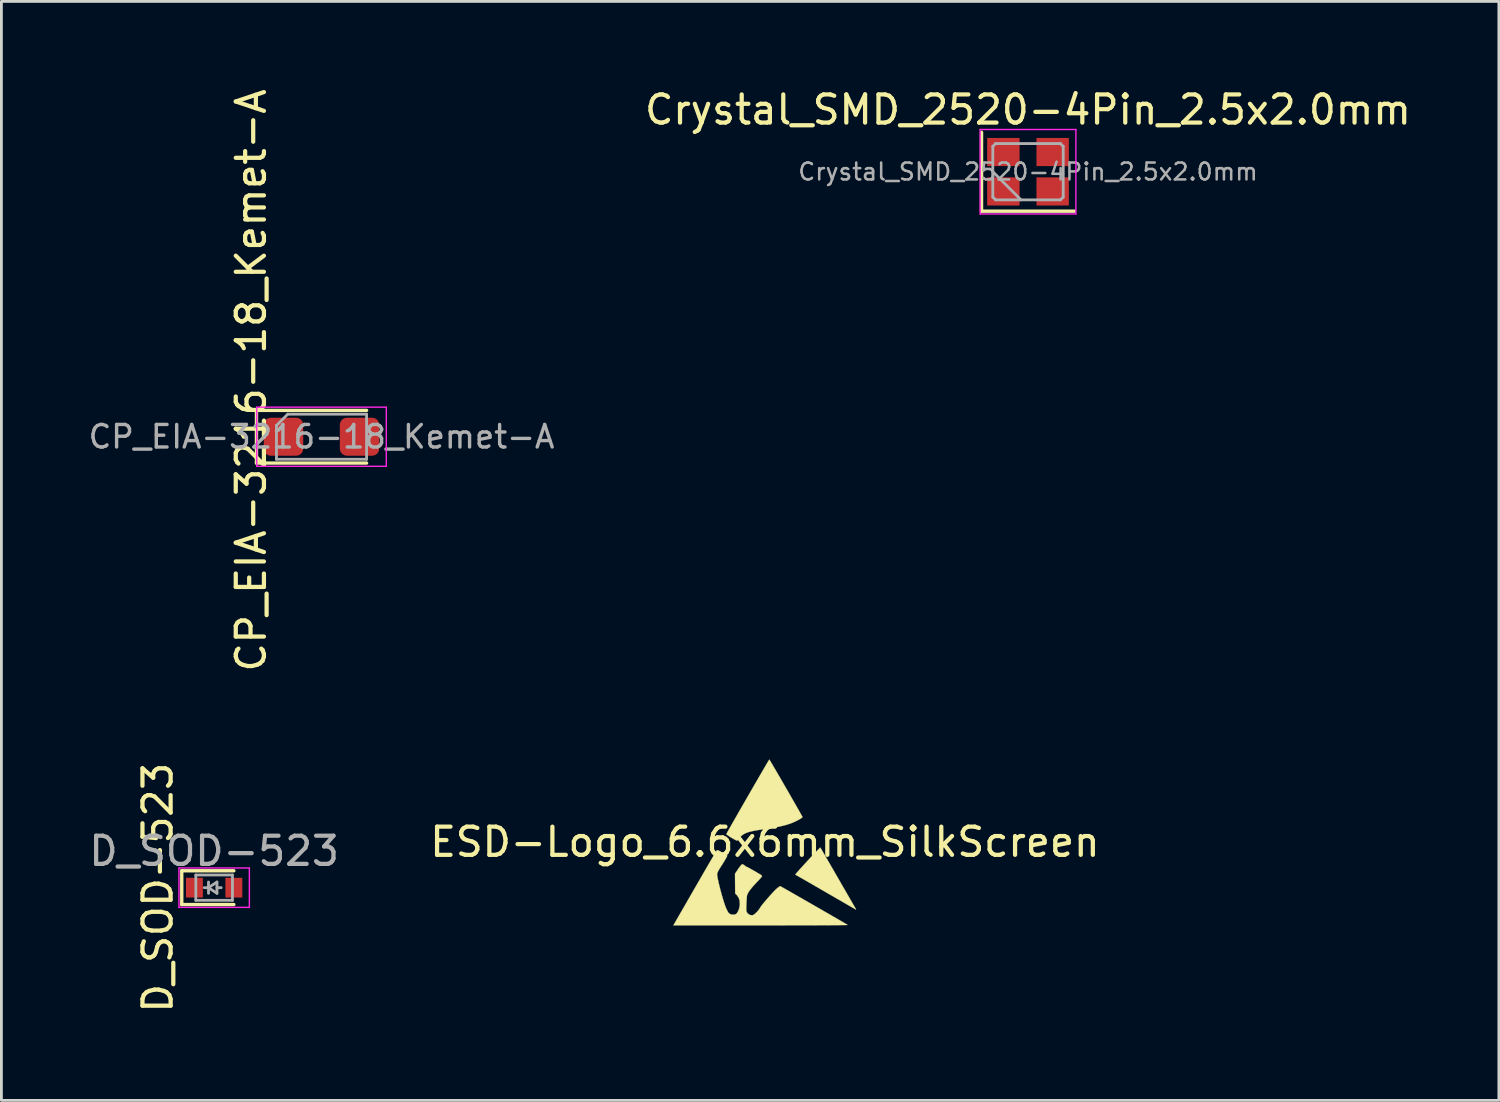
<source format=kicad_pcb>
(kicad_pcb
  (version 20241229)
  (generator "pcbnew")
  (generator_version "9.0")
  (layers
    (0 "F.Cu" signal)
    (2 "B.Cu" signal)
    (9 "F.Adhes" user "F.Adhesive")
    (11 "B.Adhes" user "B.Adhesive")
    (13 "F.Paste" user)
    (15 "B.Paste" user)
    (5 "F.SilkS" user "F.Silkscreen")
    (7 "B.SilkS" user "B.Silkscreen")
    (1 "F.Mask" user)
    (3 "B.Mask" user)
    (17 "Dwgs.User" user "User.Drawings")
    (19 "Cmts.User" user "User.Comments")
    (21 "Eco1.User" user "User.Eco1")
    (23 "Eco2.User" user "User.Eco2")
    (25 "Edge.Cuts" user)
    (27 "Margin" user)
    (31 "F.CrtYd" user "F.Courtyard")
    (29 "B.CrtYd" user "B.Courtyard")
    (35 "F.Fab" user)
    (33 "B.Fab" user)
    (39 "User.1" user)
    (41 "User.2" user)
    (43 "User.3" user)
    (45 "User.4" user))
  (footprint "CP_EIA-3216-18_Kemet-A"
    (layer "F.Cu")
    (at 8.367 12.458)
    (property "Reference" "CP_EIA-3216-18_Kemet-A" (at -2.5 -2 270) (layer "F.SilkS") (effects (font (size 1 1) (thickness 0.15))))
    (attr smd)
    (fp_line (start -2.31 -0.935) (end -2.31 0.935) (stroke (width 0.12) (type solid)) (layer "F.SilkS"))
    (fp_line (start -2.31 0.935) (end 1.6 0.935) (stroke (width 0.12) (type solid)) (layer "F.SilkS"))
    (fp_line (start 1.6 -0.935) (end -2.31 -0.935) (stroke (width 0.12) (type solid)) (layer "F.SilkS"))
    (fp_line (start -2.3 -1.05) (end 2.3 -1.05) (stroke (width 0.05) (type solid)) (layer "F.CrtYd"))
    (fp_line (start -2.3 1.05) (end -2.3 -1.05) (stroke (width 0.05) (type solid)) (layer "F.CrtYd"))
    (fp_line (start 2.3 -1.05) (end 2.3 1.05) (stroke (width 0.05) (type solid)) (layer "F.CrtYd"))
    (fp_line (start 2.3 1.05) (end -2.3 1.05) (stroke (width 0.05) (type solid)) (layer "F.CrtYd"))
    (fp_line (start -1.6 -0.4) (end -1.6 0.8) (stroke (width 0.1) (type solid)) (layer "F.Fab"))
    (fp_line (start -1.6 0.8) (end 1.6 0.8) (stroke (width 0.1) (type solid)) (layer "F.Fab"))
    (fp_line (start -1.2 -0.8) (end -1.6 -0.4) (stroke (width 0.1) (type solid)) (layer "F.Fab"))
    (fp_line (start 1.6 -0.8) (end -1.2 -0.8) (stroke (width 0.1) (type solid)) (layer "F.Fab"))
    (fp_line (start 1.6 0.8) (end 1.6 -0.8) (stroke (width 0.1) (type solid)) (layer "F.Fab"))
    (fp_text user "${REFERENCE}" (at 0 0 180) (layer "F.Fab") (effects (font (size 0.8 0.8) (thickness 0.12))))
    (pad "1" smd roundrect (at -1.35 0) (size 1.4 1.35) (layers "F.Cu" "F.Mask" "F.Paste") (roundrect_rratio 0.185))
    (pad "2" smd roundrect (at 1.35 0) (size 1.4 1.35) (layers "F.Cu" "F.Mask" "F.Paste") (roundrect_rratio 0.185)))
  (footprint "D_SOD-523"
    (layer "F.Cu")
    (at 4.554 28.47)
    (property "Reference" "D_SOD-523" (at -2 0 90) (layer "F.SilkS") (effects (font (size 1 1) (thickness 0.15))))
    (attr smd)
    (fp_line (start -1.15 -0.6) (end -1.15 0.6) (stroke (width 0.12) (type solid)) (layer "F.SilkS"))
    (fp_line (start 0.7 -0.6) (end -1.15 -0.6) (stroke (width 0.12) (type solid)) (layer "F.SilkS"))
    (fp_line (start 0.7 0.6) (end -1.15 0.6) (stroke (width 0.12) (type solid)) (layer "F.SilkS"))
    (fp_line (start -1.25 -0.7) (end 1.25 -0.7) (stroke (width 0.05) (type solid)) (layer "F.CrtYd"))
    (fp_line (start -1.25 0.7) (end -1.25 -0.7) (stroke (width 0.05) (type solid)) (layer "F.CrtYd"))
    (fp_line (start 1.25 -0.7) (end 1.25 0.7) (stroke (width 0.05) (type solid)) (layer "F.CrtYd"))
    (fp_line (start 1.25 0.7) (end -1.25 0.7) (stroke (width 0.05) (type solid)) (layer "F.CrtYd"))
    (fp_line (start -0.65 -0.45) (end 0.65 -0.45) (stroke (width 0.1) (type solid)) (layer "F.Fab"))
    (fp_line (start -0.65 0.45) (end -0.65 -0.45) (stroke (width 0.1) (type solid)) (layer "F.Fab"))
    (fp_line (start -0.2 0) (end -0.35 0) (stroke (width 0.1) (type solid)) (layer "F.Fab"))
    (fp_line (start -0.2 0) (end 0.1 0.2) (stroke (width 0.1) (type solid)) (layer "F.Fab"))
    (fp_line (start -0.2 0.2) (end -0.2 -0.2) (stroke (width 0.1) (type solid)) (layer "F.Fab"))
    (fp_line (start 0.1 -0.2) (end -0.2 0) (stroke (width 0.1) (type solid)) (layer "F.Fab"))
    (fp_line (start 0.1 0) (end 0.25 0) (stroke (width 0.1) (type solid)) (layer "F.Fab"))
    (fp_line (start 0.1 0.2) (end 0.1 -0.2) (stroke (width 0.1) (type solid)) (layer "F.Fab"))
    (fp_line (start 0.65 -0.45) (end 0.65 0.45) (stroke (width 0.1) (type solid)) (layer "F.Fab"))
    (fp_line (start 0.65 0.45) (end -0.65 0.45) (stroke (width 0.1) (type solid)) (layer "F.Fab"))
    (fp_text user "${REFERENCE}" (at 0 -1.3 0) (layer "F.Fab") (effects (font (size 1 1) (thickness 0.15))))
    (pad "1" smd rect (at -0.7 0 180) (size 0.6 0.7) (layers "F.Cu" "F.Mask" "F.Paste"))
    (pad "2" smd rect (at 0.7 0 180) (size 0.6 0.7) (layers "F.Cu" "F.Mask" "F.Paste")))
  (footprint "Crystal_SMD_2520-4Pin_2.5x2.0mm"
    (layer "F.Cu")
    (at 33.454 3.048)
    (property "Reference" "Crystal_SMD_2520-4Pin_2.5x2.0mm" (at 0 -2.2 180) (layer "F.SilkS") (effects (font (size 1 1) (thickness 0.15))))
    (attr smd)
    (fp_line (start -1.65 -1.4) (end -1.65 1.4) (stroke (width 0.12) (type solid)) (layer "F.SilkS"))
    (fp_line (start -1.65 1.4) (end 1.65 1.4) (stroke (width 0.12) (type solid)) (layer "F.SilkS"))
    (fp_line (start -1.7 -1.5) (end -1.7 1.5) (stroke (width 0.05) (type solid)) (layer "F.CrtYd"))
    (fp_line (start -1.7 1.5) (end 1.7 1.5) (stroke (width 0.05) (type solid)) (layer "F.CrtYd"))
    (fp_line (start 1.7 -1.5) (end -1.7 -1.5) (stroke (width 0.05) (type solid)) (layer "F.CrtYd"))
    (fp_line (start 1.7 1.5) (end 1.7 -1.5) (stroke (width 0.05) (type solid)) (layer "F.CrtYd"))
    (fp_line (start -1.25 -0.9) (end -1.15 -1) (stroke (width 0.1) (type solid)) (layer "F.Fab"))
    (fp_line (start -1.25 0) (end -0.25 1) (stroke (width 0.1) (type solid)) (layer "F.Fab"))
    (fp_line (start -1.25 0.9) (end -1.25 -0.9) (stroke (width 0.1) (type solid)) (layer "F.Fab"))
    (fp_line (start -1.15 -1) (end 1.15 -1) (stroke (width 0.1) (type solid)) (layer "F.Fab"))
    (fp_line (start -1.15 1) (end -1.25 0.9) (stroke (width 0.1) (type solid)) (layer "F.Fab"))
    (fp_line (start 1.15 -1) (end 1.25 -0.9) (stroke (width 0.1) (type solid)) (layer "F.Fab"))
    (fp_line (start 1.15 1) (end -1.15 1) (stroke (width 0.1) (type solid)) (layer "F.Fab"))
    (fp_line (start 1.25 -0.9) (end 1.25 0.9) (stroke (width 0.1) (type solid)) (layer "F.Fab"))
    (fp_line (start 1.25 0.9) (end 1.15 1) (stroke (width 0.1) (type solid)) (layer "F.Fab"))
    (fp_text user "${REFERENCE}" (at 0 0 180) (layer "F.Fab") (effects (font (size 0.6 0.6) (thickness 0.09))))
    (pad "1" smd rect (at -0.875 0.7) (size 1.15 1) (layers "F.Cu" "F.Mask" "F.Paste"))
    (pad "2" smd rect (at 0.875 0.7) (size 1.15 1) (layers "F.Cu" "F.Mask" "F.Paste"))
    (pad "3" smd rect (at 0.875 -0.7) (size 1.15 1) (layers "F.Cu" "F.Mask" "F.Paste"))
    (pad "4" smd rect (at -0.875 -0.7) (size 1.15 1) (layers "F.Cu" "F.Mask" "F.Paste")))
  (footprint "ESD-Logo_6.6x6mm_SilkScreen"
    (layer "F.Cu")
    (at 24.113 26.849)
    (property "Reference" "ESD-Logo_6.6x6mm_SilkScreen" (at 0 0 0) (layer "F.SilkS") (effects (font (size 1 1) (thickness 0.15))))
    (attr exclude_from_pos_files exclude_from_bom)
    (fp_poly (pts (xy 1.988 0.235) (xy 1.999 0.254) (xy 2.024 0.297) (xy 2.063 0.364) (xy 2.113 0.45) (xy 2.174 0.555) (xy 2.244 0.675) (xy 2.321 0.809) (xy 2.405 0.955) (xy 2.495 1.11) (xy 2.587 1.27) (xy 2.681 1.433) (xy 2.771 1.59) (xy 2.857 1.738) (xy 2.936 1.874) (xy 3.007 1.998) (xy 3.069 2.105) (xy 3.121 2.195) (xy 3.161 2.265) (xy 3.189 2.313) (xy 3.202 2.335) (xy 3.223 2.372) (xy 3.234 2.396) (xy 3.235 2.4) (xy 3.221 2.392) (xy 3.182 2.37) (xy 3.12 2.335) (xy 3.038 2.288) (xy 2.937 2.23) (xy 2.82 2.162) (xy 2.688 2.085) (xy 2.543 2.002) (xy 2.387 1.912) (xy 2.223 1.817) (xy 2.161 1.781) (xy 1.993 1.684) (xy 1.834 1.592) (xy 1.684 1.505) (xy 1.546 1.426) (xy 1.422 1.354) (xy 1.314 1.292) (xy 1.223 1.24) (xy 1.153 1.2) (xy 1.104 1.172) (xy 1.08 1.158) (xy 1.077 1.157) (xy 1.085 1.145) (xy 1.111 1.114) (xy 1.153 1.066) (xy 1.208 1.004) (xy 1.274 0.93) (xy 1.347 0.849) (xy 1.426 0.763) (xy 1.508 0.674) (xy 1.589 0.586) (xy 1.668 0.502) (xy 1.741 0.423) (xy 1.807 0.354) (xy 1.862 0.298) (xy 1.903 0.256) (xy 1.917 0.242) (xy 1.964 0.198) (xy 1.988 0.235)) (stroke (width 0.01) (type solid)) (fill yes) (layer "F.SilkS"))
    (fp_poly (pts (xy 0.164 -2.914) (xy 0.187 -2.877) (xy 0.223 -2.817) (xy 0.269 -2.739) (xy 0.325 -2.643) (xy 0.389 -2.534) (xy 0.46 -2.412) (xy 0.536 -2.282) (xy 0.615 -2.144) (xy 0.697 -2.002) (xy 0.78 -1.859) (xy 0.862 -1.717) (xy 0.942 -1.577) (xy 1.018 -1.444) (xy 1.09 -1.319) (xy 1.155 -1.205) (xy 1.212 -1.105) (xy 1.259 -1.02) (xy 1.296 -0.954) (xy 1.321 -0.909) (xy 1.332 -0.888) (xy 1.332 -0.886) (xy 1.319 -0.868) (xy 1.281 -0.84) (xy 1.224 -0.805) (xy 1.152 -0.766) (xy 1.077 -0.729) (xy 0.975 -0.684) (xy 0.867 -0.644) (xy 0.75 -0.607) (xy 0.621 -0.573) (xy 0.475 -0.541) (xy 0.309 -0.51) (xy 0.119 -0.479) (xy -0.078 -0.45) (xy -0.248 -0.424) (xy -0.391 -0.399) (xy -0.511 -0.372) (xy -0.61 -0.344) (xy -0.693 -0.312) (xy -0.763 -0.275) (xy -0.823 -0.231) (xy -0.878 -0.181) (xy -0.896 -0.162) (xy -0.934 -0.119) (xy -0.962 -0.083) (xy -0.975 -0.062) (xy -0.976 -0.061) (xy -0.98 -0.05) (xy -0.996 -0.05) (xy -1.027 -0.062) (xy -1.075 -0.087) (xy -1.144 -0.126) (xy -1.193 -0.154) (xy -1.264 -0.199) (xy -1.32 -0.237) (xy -1.356 -0.266) (xy -1.369 -0.283) (xy -1.369 -0.283) (xy -1.361 -0.299) (xy -1.339 -0.34) (xy -1.304 -0.402) (xy -1.258 -0.485) (xy -1.201 -0.586) (xy -1.135 -0.702) (xy -1.061 -0.831) (xy -0.98 -0.972) (xy -0.895 -1.122) (xy -0.805 -1.278) (xy -0.713 -1.438) (xy -0.619 -1.601) (xy -0.525 -1.764) (xy -0.432 -1.925) (xy -0.342 -2.082) (xy -0.255 -2.231) (xy -0.173 -2.372) (xy -0.097 -2.502) (xy -0.029 -2.619) (xy 0.03 -2.72) (xy 0.079 -2.804) (xy 0.117 -2.868) (xy 0.143 -2.909) (xy 0.154 -2.927) (xy 0.155 -2.927) (xy 0.164 -2.914)) (stroke (width 0.01) (type solid)) (fill yes) (layer "F.SilkS"))
    (fp_poly (pts (xy -1.678 0.291) (xy -1.645 0.304) (xy -1.596 0.329) (xy -1.525 0.368) (xy -1.519 0.371) (xy -1.454 0.408) (xy -1.398 0.441) (xy -1.359 0.466) (xy -1.34 0.48) (xy -1.339 0.48) (xy -1.344 0.499) (xy -1.365 0.542) (xy -1.4 0.605) (xy -1.449 0.687) (xy -1.509 0.785) (xy -1.581 0.898) (xy -1.599 0.925) (xy -1.645 1.002) (xy -1.679 1.068) (xy -1.697 1.117) (xy -1.699 1.127) (xy -1.698 1.169) (xy -1.689 1.237) (xy -1.672 1.326) (xy -1.649 1.431) (xy -1.622 1.548) (xy -1.59 1.673) (xy -1.556 1.801) (xy -1.52 1.928) (xy -1.484 2.049) (xy -1.449 2.161) (xy -1.416 2.259) (xy -1.385 2.338) (xy -1.364 2.385) (xy -1.34 2.435) (xy -1.316 2.483) (xy -1.315 2.486) (xy -1.276 2.534) (xy -1.22 2.567) (xy -1.154 2.582) (xy -1.088 2.58) (xy -1.029 2.558) (xy -0.996 2.529) (xy -0.948 2.451) (xy -0.913 2.352) (xy -0.894 2.245) (xy -0.891 2.184) (xy -0.902 2.07) (xy -0.934 1.976) (xy -0.989 1.896) (xy -1.006 1.879) (xy -1.057 1.829) (xy -1.061 1.479) (xy -1.064 1.129) (xy -0.975 0.995) (xy -0.933 0.933) (xy -0.893 0.878) (xy -0.86 0.837) (xy -0.846 0.822) (xy -0.806 0.785) (xy -0.751 0.814) (xy -0.717 0.835) (xy -0.698 0.851) (xy -0.697 0.854) (xy -0.684 0.867) (xy -0.662 0.876) (xy -0.641 0.884) (xy -0.608 0.9) (xy -0.562 0.925) (xy -0.498 0.961) (xy -0.415 1.008) (xy -0.309 1.069) (xy -0.252 1.103) (xy -0.184 1.143) (xy -0.14 1.172) (xy -0.115 1.192) (xy -0.106 1.208) (xy -0.107 1.222) (xy -0.109 1.225) (xy -0.125 1.245) (xy -0.158 1.284) (xy -0.205 1.336) (xy -0.262 1.397) (xy -0.311 1.449) (xy -0.425 1.573) (xy -0.514 1.68) (xy -0.579 1.771) (xy -0.621 1.849) (xy -0.635 1.888) (xy -0.641 1.922) (xy -0.647 1.981) (xy -0.652 2.057) (xy -0.657 2.144) (xy -0.659 2.199) (xy -0.663 2.294) (xy -0.664 2.364) (xy -0.663 2.413) (xy -0.66 2.448) (xy -0.653 2.473) (xy -0.644 2.493) (xy -0.636 2.506) (xy -0.592 2.555) (xy -0.534 2.589) (xy -0.474 2.603) (xy -0.429 2.598) (xy -0.388 2.575) (xy -0.337 2.533) (xy -0.283 2.481) (xy -0.233 2.425) (xy -0.194 2.372) (xy -0.179 2.346) (xy -0.158 2.311) (xy -0.118 2.257) (xy -0.065 2.19) (xy -0.001 2.112) (xy 0.07 2.029) (xy 0.144 1.944) (xy 0.218 1.861) (xy 0.288 1.785) (xy 0.35 1.72) (xy 0.399 1.673) (xy 0.454 1.625) (xy 0.5 1.59) (xy 0.532 1.571) (xy 0.542 1.569) (xy 0.559 1.577) (xy 0.6 1.6) (xy 0.663 1.635) (xy 0.745 1.682) (xy 0.845 1.739) (xy 0.96 1.805) (xy 1.088 1.878) (xy 1.226 1.957) (xy 1.372 2.041) (xy 1.524 2.128) (xy 1.679 2.217) (xy 1.835 2.306) (xy 1.989 2.395) (xy 2.139 2.482) (xy 2.284 2.565) (xy 2.42 2.644) (xy 2.545 2.716) (xy 2.656 2.781) (xy 2.753 2.837) (xy 2.831 2.883) (xy 2.889 2.917) (xy 2.924 2.938) (xy 2.934 2.945) (xy 2.92 2.946) (xy 2.877 2.948) (xy 2.806 2.949) (xy 2.708 2.95) (xy 2.584 2.951) (xy 2.437 2.952) (xy 2.268 2.953) (xy 2.078 2.954) (xy 1.868 2.955) (xy 1.64 2.956) (xy 1.396 2.956) (xy 1.137 2.957) (xy 0.864 2.957) (xy 0.579 2.958) (xy 0.282 2.958) (xy -0.023 2.958) (xy -0.151 2.958) (xy -3.251 2.958) (xy -3.03 2.575) (xy -2.983 2.494) (xy -2.923 2.389) (xy -2.851 2.265) (xy -2.77 2.124) (xy -2.682 1.971) (xy -2.588 1.808) (xy -2.491 1.639) (xy -2.392 1.468) (xy -2.294 1.298) (xy -2.269 1.255) (xy -2.179 1.098) (xy -2.093 0.949) (xy -2.012 0.81) (xy -1.938 0.682) (xy -1.872 0.569) (xy -1.816 0.473) (xy -1.77 0.395) (xy -1.736 0.338) (xy -1.716 0.305) (xy -1.71 0.296) (xy -1.698 0.289) (xy -1.678 0.291)) (stroke (width 0.01) (type solid)) (fill yes) (layer "F.SilkS")))
  (gr_rect
    (start -3 -3)
    (end 50.174 36.024)
    (stroke (width 0.1) (type default))
    (fill no)
    (layer "Edge.Cuts")))
</source>
